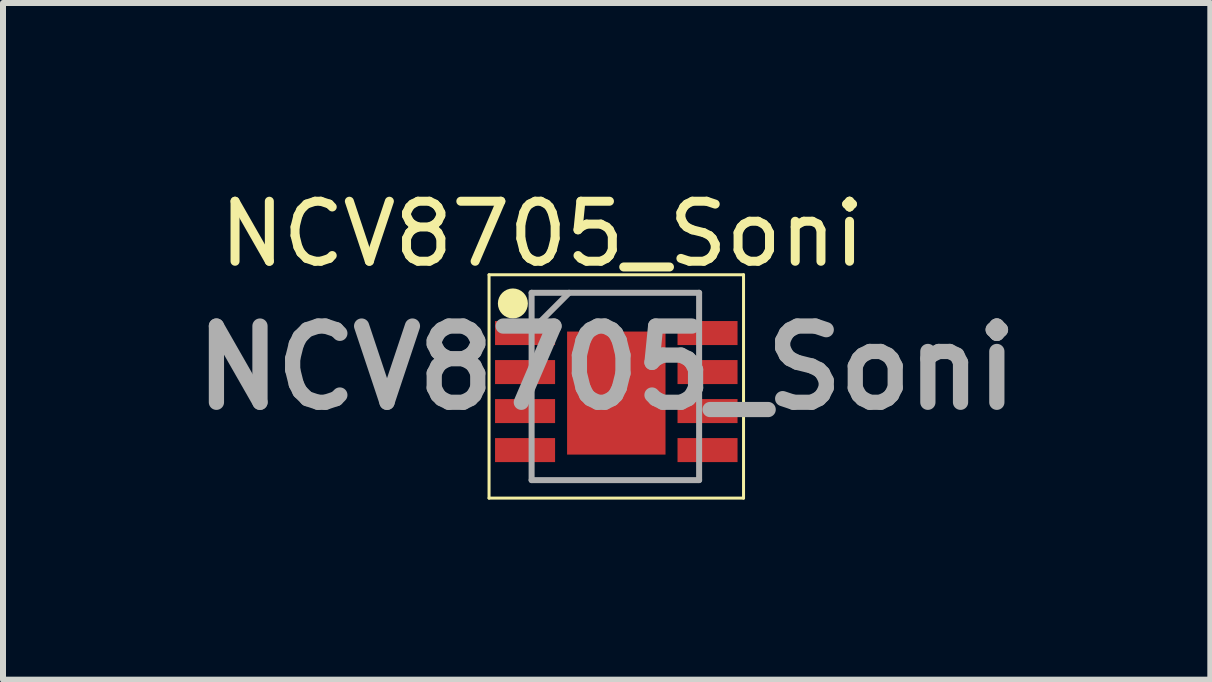
<source format=kicad_pcb>
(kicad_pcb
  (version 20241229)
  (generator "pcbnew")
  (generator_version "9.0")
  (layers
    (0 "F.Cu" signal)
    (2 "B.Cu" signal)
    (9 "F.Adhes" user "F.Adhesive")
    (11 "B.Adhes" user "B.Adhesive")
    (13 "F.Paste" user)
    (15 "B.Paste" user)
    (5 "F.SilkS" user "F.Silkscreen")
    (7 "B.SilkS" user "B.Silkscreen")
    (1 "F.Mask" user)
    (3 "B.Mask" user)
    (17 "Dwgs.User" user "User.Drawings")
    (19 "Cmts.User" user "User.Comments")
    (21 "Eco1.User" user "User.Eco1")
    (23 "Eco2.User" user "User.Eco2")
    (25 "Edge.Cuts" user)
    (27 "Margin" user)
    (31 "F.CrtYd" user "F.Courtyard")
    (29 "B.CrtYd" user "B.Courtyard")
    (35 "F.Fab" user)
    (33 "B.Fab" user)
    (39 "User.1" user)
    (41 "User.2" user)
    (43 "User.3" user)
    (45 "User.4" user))
  (footprint "NCV8705_Soni"
    (layer "F.Cu")
    (at 7.098 3.149)
    (property "Reference" "NCV8705_Soni" (at -1.113 -2.301 0) (layer "F.SilkS") (effects (font (size 1 1) (thickness 0.15))))
    (attr smd)
    (fp_line (start -2 -1.621) (end 2.24 -1.621) (stroke (width 0.05) (type solid)) (layer "F.SilkS"))
    (fp_line (start -2 2.1) (end -2 -1.621) (stroke (width 0.05) (type solid)) (layer "F.SilkS"))
    (fp_line (start 2.24 -1.621) (end 2.24 2.1) (stroke (width 0.05) (type solid)) (layer "F.SilkS"))
    (fp_line (start 2.24 2.1) (end -2 2.1) (stroke (width 0.05) (type solid)) (layer "F.SilkS"))
    (fp_circle (center -1.603 -1.143) (end -1.603 -1.018) (stroke (width 0.25) (type solid)) (fill no) (layer "F.SilkS"))
    (fp_line (start -1.291 -1.321) (end 1.5 -1.321) (stroke (width 0.1) (type solid)) (layer "F.Fab"))
    (fp_line (start -1.291 -0.696) (end -0.666 -1.321) (stroke (width 0.1) (type solid)) (layer "F.Fab"))
    (fp_line (start -1.291 1.8) (end -1.291 -1.321) (stroke (width 0.1) (type solid)) (layer "F.Fab"))
    (fp_line (start 1.5 -1.321) (end 1.5 1.8) (stroke (width 0.1) (type solid)) (layer "F.Fab"))
    (fp_line (start 1.5 1.8) (end -1.291 1.8) (stroke (width 0.1) (type solid)) (layer "F.Fab"))
    (fp_text user "${REFERENCE}" (at -0.041 -0.071 0) (layer "F.Fab") (effects (font (size 1.27 1.27) (thickness 0.254))))
    (pad "1" smd rect (at -1.4 -0.65 90) (size 0.4 1) (layers "F.Cu" "F.Mask" "F.Paste"))
    (pad "2" smd rect (at -1.4 0 90) (size 0.4 1) (layers "F.Cu" "F.Mask" "F.Paste"))
    (pad "3" smd rect (at -1.4 0.65 90) (size 0.4 1) (layers "F.Cu" "F.Mask" "F.Paste"))
    (pad "4" smd rect (at -1.4 1.3 90) (size 0.4 1) (layers "F.Cu" "F.Mask" "F.Paste"))
    (pad "5" smd rect (at 1.64 1.3 90) (size 0.4 1) (layers "F.Cu" "F.Mask" "F.Paste"))
    (pad "6" smd rect (at 1.64 0.65 90) (size 0.4 1) (layers "F.Cu" "F.Mask" "F.Paste"))
    (pad "7" smd rect (at 1.64 0 90) (size 0.4 1) (layers "F.Cu" "F.Mask" "F.Paste"))
    (pad "8" smd rect (at 1.64 -0.65 90) (size 0.4 1) (layers "F.Cu" "F.Mask" "F.Paste"))
    (pad "9" smd rect (at 0.12 0.35) (size 1.64 2.05) (layers "F.Cu" "F.Mask" "F.Paste")))
  (gr_rect
    (start -3 -3)
    (end 17.115 8.274)
    (stroke (width 0.1) (type default))
    (fill no)
    (layer "Edge.Cuts")))
</source>
